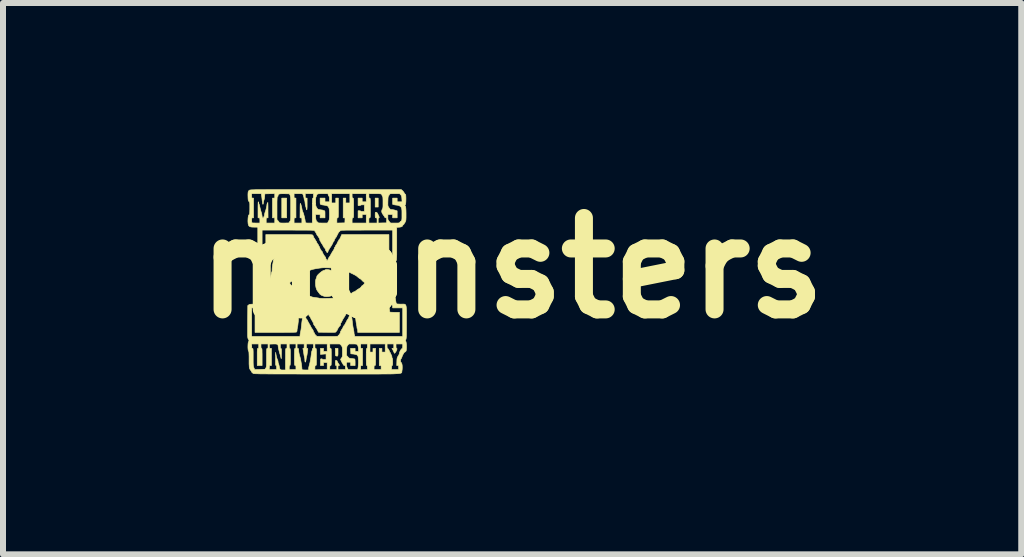
<source format=kicad_pcb>
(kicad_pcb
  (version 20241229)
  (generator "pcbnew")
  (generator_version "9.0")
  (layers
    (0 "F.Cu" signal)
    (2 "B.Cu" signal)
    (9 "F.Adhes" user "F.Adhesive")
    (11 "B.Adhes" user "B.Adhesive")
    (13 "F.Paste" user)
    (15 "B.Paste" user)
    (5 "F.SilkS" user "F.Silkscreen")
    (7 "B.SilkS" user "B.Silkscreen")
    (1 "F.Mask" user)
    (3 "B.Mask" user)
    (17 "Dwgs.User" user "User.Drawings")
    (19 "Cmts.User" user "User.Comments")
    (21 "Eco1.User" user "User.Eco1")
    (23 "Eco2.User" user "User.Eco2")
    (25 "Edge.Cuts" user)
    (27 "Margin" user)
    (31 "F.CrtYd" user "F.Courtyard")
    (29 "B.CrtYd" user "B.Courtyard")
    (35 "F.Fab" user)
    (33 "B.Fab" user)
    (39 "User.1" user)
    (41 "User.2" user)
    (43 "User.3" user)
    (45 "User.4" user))
  (footprint "monsters"
    (layer "F.Cu")
    (at 5.486 1.418)
    (property "Reference" "monsters" (at 0 0 0) (layer "F.SilkS") (effects (font (size 1.524 1.524) (thickness 0.3))))
    (attr through_hole)
    (fp_poly (pts (xy -3.758 -0.837) (xy -3.839 -0.837) (xy -3.839 -1.166) (xy -3.758 -1.166) (xy -3.758 -0.837)) (stroke (width 0.01) (type solid)) (fill yes) (layer "F.SilkS"))
    (fp_poly (pts (xy -2.232 -1.017) (xy -2.282 -1.017) (xy -2.282 -1.166) (xy -2.232 -1.166) (xy -2.232 -1.017)) (stroke (width 0.01) (type solid)) (fill yes) (layer "F.SilkS"))
    (fp_poly (pts (xy -2.902 1.403) (xy -2.902 1.433) (xy -2.904 1.453) (xy -2.907 1.464) (xy -2.914 1.468) (xy -2.925 1.467) (xy -2.935 1.465) (xy -2.94 1.462) (xy -2.943 1.456) (xy -2.945 1.443) (xy -2.945 1.421) (xy -2.946 1.401) (xy -2.946 1.339) (xy -2.902 1.339) (xy -2.902 1.403)) (stroke (width 0.01) (type solid)) (fill yes) (layer "F.SilkS"))
    (fp_poly (pts (xy -3.067 0.027) (xy -3.045 0.031) (xy -3.025 0.037) (xy -3.011 0.045) (xy -3.008 0.048) (xy -3 0.054) (xy -2.989 0.059) (xy -2.977 0.065) (xy -2.963 0.077) (xy -2.948 0.091) (xy -2.937 0.104) (xy -2.933 0.113) (xy -2.928 0.117) (xy -2.924 0.118) (xy -2.917 0.123) (xy -2.911 0.137) (xy -2.911 0.138) (xy -2.905 0.159) (xy -2.899 0.177) (xy -2.886 0.215) (xy -2.882 0.251) (xy -2.887 0.29) (xy -2.887 0.291) (xy -2.897 0.329) (xy -2.908 0.36) (xy -2.921 0.383) (xy -2.933 0.395) (xy -2.943 0.404) (xy -2.946 0.409) (xy -2.951 0.42) (xy -2.964 0.433) (xy -2.982 0.448) (xy -3 0.458) (xy -3.025 0.467) (xy -3.056 0.473) (xy -3.088 0.476) (xy -3.117 0.474) (xy -3.119 0.474) (xy -3.138 0.469) (xy -3.158 0.462) (xy -3.175 0.455) (xy -3.186 0.449) (xy -3.187 0.446) (xy -3.192 0.441) (xy -3.197 0.44) (xy -3.205 0.435) (xy -3.206 0.431) (xy -3.211 0.42) (xy -3.215 0.418) (xy -3.224 0.411) (xy -3.225 0.408) (xy -3.229 0.399) (xy -3.237 0.391) (xy -3.246 0.38) (xy -3.256 0.361) (xy -3.262 0.347) (xy -3.27 0.32) (xy -3.275 0.287) (xy -3.277 0.252) (xy -3.276 0.218) (xy -3.272 0.191) (xy -3.266 0.175) (xy -3.259 0.159) (xy -3.256 0.145) (xy -3.256 0.144) (xy -3.251 0.131) (xy -3.238 0.114) (xy -3.219 0.095) (xy -3.197 0.076) (xy -3.174 0.058) (xy -3.153 0.045) (xy -3.136 0.038) (xy -3.132 0.037) (xy -3.12 0.034) (xy -3.116 0.031) (xy -3.107 0.026) (xy -3.089 0.025) (xy -3.067 0.027)) (stroke (width 0.01) (type solid)) (fill yes) (layer "F.SilkS"))
    (fp_poly (pts (xy -3.634 -0.558) (xy -3.566 -0.558) (xy -3.508 -0.558) (xy -3.46 -0.558) (xy -3.421 -0.557) (xy -3.39 -0.557) (xy -3.366 -0.556) (xy -3.348 -0.555) (xy -3.336 -0.554) (xy -3.329 -0.552) (xy -3.325 -0.551) (xy -3.324 -0.549) (xy -3.32 -0.541) (xy -3.318 -0.54) (xy -3.313 -0.534) (xy -3.311 -0.524) (xy -3.308 -0.511) (xy -3.303 -0.505) (xy -3.295 -0.497) (xy -3.29 -0.486) (xy -3.285 -0.475) (xy -3.28 -0.471) (xy -3.275 -0.466) (xy -3.274 -0.463) (xy -3.27 -0.452) (xy -3.265 -0.446) (xy -3.257 -0.434) (xy -3.256 -0.427) (xy -3.251 -0.416) (xy -3.241 -0.402) (xy -3.24 -0.401) (xy -3.23 -0.388) (xy -3.225 -0.377) (xy -3.225 -0.376) (xy -3.22 -0.365) (xy -3.216 -0.36) (xy -3.209 -0.349) (xy -3.204 -0.333) (xy -3.203 -0.332) (xy -3.199 -0.317) (xy -3.194 -0.31) (xy -3.193 -0.31) (xy -3.188 -0.305) (xy -3.187 -0.301) (xy -3.183 -0.291) (xy -3.175 -0.284) (xy -3.165 -0.274) (xy -3.163 -0.267) (xy -3.159 -0.256) (xy -3.151 -0.239) (xy -3.14 -0.22) (xy -3.127 -0.201) (xy -3.118 -0.19) (xy -3.109 -0.177) (xy -3.107 -0.167) (xy -3.103 -0.154) (xy -3.097 -0.147) (xy -3.09 -0.134) (xy -3.088 -0.127) (xy -3.087 -0.121) (xy -3.081 -0.126) (xy -3.076 -0.132) (xy -3.067 -0.146) (xy -3.063 -0.156) (xy -3.063 -0.156) (xy -3.059 -0.167) (xy -3.051 -0.178) (xy -3.042 -0.19) (xy -3.03 -0.209) (xy -3.018 -0.231) (xy -3.017 -0.234) (xy -3.003 -0.257) (xy -2.99 -0.279) (xy -2.979 -0.295) (xy -2.979 -0.296) (xy -2.969 -0.311) (xy -2.964 -0.325) (xy -2.964 -0.327) (xy -2.96 -0.342) (xy -2.955 -0.347) (xy -2.947 -0.358) (xy -2.946 -0.363) (xy -2.942 -0.373) (xy -2.933 -0.386) (xy -2.93 -0.389) (xy -2.919 -0.406) (xy -2.912 -0.422) (xy -2.911 -0.423) (xy -2.905 -0.438) (xy -2.898 -0.447) (xy -2.891 -0.458) (xy -2.89 -0.463) (xy -2.887 -0.471) (xy -2.885 -0.471) (xy -2.879 -0.476) (xy -2.87 -0.49) (xy -2.858 -0.515) (xy -2.85 -0.535) (xy -2.84 -0.558) (xy -2.053 -0.558) (xy -2.053 -0.223) (xy -2.209 -0.223) (xy -2.205 -0.2) (xy -2.201 -0.183) (xy -2.196 -0.172) (xy -2.195 -0.171) (xy -2.191 -0.161) (xy -2.188 -0.144) (xy -2.187 -0.14) (xy -2.184 -0.118) (xy -2.179 -0.092) (xy -2.177 -0.084) (xy -2.174 -0.058) (xy -2.171 -0.03) (xy -2.171 -0.017) (xy -2.17 0.002) (xy -2.167 0.017) (xy -2.165 0.021) (xy -2.162 0.029) (xy -2.158 0.045) (xy -2.156 0.06) (xy -2.152 0.083) (xy -2.146 0.105) (xy -2.143 0.114) (xy -2.137 0.131) (xy -2.132 0.153) (xy -2.128 0.181) (xy -2.125 0.219) (xy -2.123 0.245) (xy -2.121 0.274) (xy -2.115 0.31) (xy -2.109 0.349) (xy -2.102 0.378) (xy -2.094 0.417) (xy -2.085 0.462) (xy -2.078 0.504) (xy -2.074 0.53) (xy -2.07 0.56) (xy -2.065 0.587) (xy -2.061 0.607) (xy -2.058 0.617) (xy -2.056 0.628) (xy -2.052 0.647) (xy -2.048 0.671) (xy -2.044 0.695) (xy -2.041 0.717) (xy -2.04 0.731) (xy -2.04 0.732) (xy -2.034 0.734) (xy -2.018 0.736) (xy -1.994 0.737) (xy -1.964 0.738) (xy -1.96 0.738) (xy -1.879 0.738) (xy -1.879 1.073) (xy -2.573 1.073) (xy -2.573 1.045) (xy -2.575 1.028) (xy -2.578 1.016) (xy -2.58 1.014) (xy -2.584 1.006) (xy -2.586 0.991) (xy -2.587 0.976) (xy -2.591 0.953) (xy -2.595 0.931) (xy -2.599 0.91) (xy -2.603 0.88) (xy -2.607 0.844) (xy -2.61 0.807) (xy -2.611 0.794) (xy -2.613 0.758) (xy -2.617 0.725) (xy -2.62 0.698) (xy -2.623 0.678) (xy -2.624 0.673) (xy -2.628 0.652) (xy -2.633 0.627) (xy -2.636 0.611) (xy -2.64 0.589) (xy -2.644 0.57) (xy -2.646 0.562) (xy -2.649 0.554) (xy -2.653 0.556) (xy -2.658 0.565) (xy -2.664 0.579) (xy -2.666 0.589) (xy -2.671 0.599) (xy -2.681 0.612) (xy -2.685 0.616) (xy -2.697 0.63) (xy -2.703 0.643) (xy -2.704 0.645) (xy -2.706 0.655) (xy -2.71 0.657) (xy -2.715 0.663) (xy -2.719 0.676) (xy -2.72 0.679) (xy -2.724 0.693) (xy -2.728 0.701) (xy -2.729 0.701) (xy -2.733 0.706) (xy -2.738 0.717) (xy -2.744 0.732) (xy -2.75 0.741) (xy -2.757 0.749) (xy -2.767 0.765) (xy -2.778 0.784) (xy -2.789 0.804) (xy -2.798 0.818) (xy -2.802 0.825) (xy -2.802 0.825) (xy -2.808 0.833) (xy -2.817 0.848) (xy -2.827 0.866) (xy -2.836 0.884) (xy -2.841 0.895) (xy -2.847 0.907) (xy -2.853 0.912) (xy -2.857 0.917) (xy -2.859 0.93) (xy -2.859 0.933) (xy -2.861 0.949) (xy -2.866 0.959) (xy -2.866 0.959) (xy -2.876 0.968) (xy -2.888 0.984) (xy -2.9 1.002) (xy -2.909 1.018) (xy -2.914 1.03) (xy -2.915 1.032) (xy -2.919 1.043) (xy -2.923 1.046) (xy -2.932 1.056) (xy -2.935 1.062) (xy -2.937 1.066) (xy -2.942 1.068) (xy -2.95 1.07) (xy -2.963 1.071) (xy -2.984 1.072) (xy -3.012 1.072) (xy -3.051 1.072) (xy -3.083 1.071) (xy -3.227 1.07) (xy -3.246 1.034) (xy -3.257 1.014) (xy -3.267 0.999) (xy -3.273 0.991) (xy -3.28 0.982) (xy -3.28 0.978) (xy -3.284 0.971) (xy -3.294 0.959) (xy -3.296 0.956) (xy -3.307 0.94) (xy -3.311 0.923) (xy -3.311 0.922) (xy -3.313 0.91) (xy -3.318 0.905) (xy -3.323 0.9) (xy -3.324 0.897) (xy -3.327 0.886) (xy -3.336 0.873) (xy -3.336 0.872) (xy -3.348 0.854) (xy -3.356 0.836) (xy -3.366 0.816) (xy -3.378 0.8) (xy -3.388 0.787) (xy -3.392 0.777) (xy -3.392 0.776) (xy -3.396 0.766) (xy -3.404 0.752) (xy -3.404 0.752) (xy -3.413 0.739) (xy -3.417 0.729) (xy -3.417 0.728) (xy -3.422 0.72) (xy -3.426 0.717) (xy -3.434 0.709) (xy -3.435 0.701) (xy -3.438 0.691) (xy -3.441 0.688) (xy -3.446 0.683) (xy -3.45 0.67) (xy -3.451 0.667) (xy -3.455 0.652) (xy -3.46 0.645) (xy -3.461 0.645) (xy -3.466 0.64) (xy -3.466 0.635) (xy -3.471 0.625) (xy -3.481 0.612) (xy -3.481 0.611) (xy -3.494 0.595) (xy -3.503 0.575) (xy -3.504 0.573) (xy -3.512 0.549) (xy -3.52 0.58) (xy -3.526 0.604) (xy -3.531 0.632) (xy -3.534 0.651) (xy -3.539 0.681) (xy -3.545 0.713) (xy -3.549 0.732) (xy -3.553 0.754) (xy -3.556 0.784) (xy -3.56 0.819) (xy -3.562 0.855) (xy -3.562 0.857) (xy -3.564 0.892) (xy -3.568 0.926) (xy -3.571 0.955) (xy -3.575 0.975) (xy -3.575 0.977) (xy -3.58 1.001) (xy -3.584 1.024) (xy -3.584 1.035) (xy -3.586 1.052) (xy -3.591 1.064) (xy -3.592 1.065) (xy -3.597 1.067) (xy -3.608 1.069) (xy -3.627 1.07) (xy -3.653 1.071) (xy -3.689 1.071) (xy -3.733 1.072) (xy -3.788 1.072) (xy -3.854 1.073) (xy -3.931 1.073) (xy -3.942 1.073) (xy -4.285 1.073) (xy -4.285 0.738) (xy -4.124 0.738) (xy -4.124 0.718) (xy -4.122 0.7) (xy -4.118 0.676) (xy -4.115 0.663) (xy -4.11 0.64) (xy -4.104 0.607) (xy -4.097 0.568) (xy -4.09 0.526) (xy -4.084 0.484) (xy -4.081 0.468) (xy -4.076 0.444) (xy -4.07 0.417) (xy -4.068 0.409) (xy -4.061 0.379) (xy -4.055 0.342) (xy -4.05 0.305) (xy -4.049 0.291) (xy -4.046 0.252) (xy -3.706 0.252) (xy -3.7 0.268) (xy -3.686 0.283) (xy -3.676 0.29) (xy -3.664 0.299) (xy -3.659 0.306) (xy -3.659 0.306) (xy -3.654 0.315) (xy -3.642 0.326) (xy -3.628 0.335) (xy -3.62 0.338) (xy -3.606 0.346) (xy -3.596 0.354) (xy -3.584 0.363) (xy -3.575 0.366) (xy -3.567 0.369) (xy -3.566 0.372) (xy -3.56 0.378) (xy -3.547 0.387) (xy -3.536 0.392) (xy -3.518 0.401) (xy -3.505 0.409) (xy -3.502 0.413) (xy -3.494 0.421) (xy -3.49 0.422) (xy -3.48 0.425) (xy -3.473 0.43) (xy -3.463 0.436) (xy -3.444 0.444) (xy -3.421 0.452) (xy -3.411 0.456) (xy -3.384 0.465) (xy -3.36 0.473) (xy -3.343 0.479) (xy -3.339 0.481) (xy -3.324 0.485) (xy -3.301 0.489) (xy -3.275 0.493) (xy -3.275 0.493) (xy -3.251 0.496) (xy -3.23 0.499) (xy -3.217 0.502) (xy -3.216 0.503) (xy -3.204 0.505) (xy -3.181 0.506) (xy -3.151 0.507) (xy -3.115 0.507) (xy -3.074 0.506) (xy -3.033 0.505) (xy -2.992 0.503) (xy -2.953 0.5) (xy -2.92 0.498) (xy -2.893 0.494) (xy -2.891 0.494) (xy -2.863 0.489) (xy -2.84 0.484) (xy -2.823 0.48) (xy -2.817 0.478) (xy -2.805 0.473) (xy -2.786 0.466) (xy -2.772 0.462) (xy -2.741 0.451) (xy -2.71 0.438) (xy -2.684 0.425) (xy -2.665 0.413) (xy -2.659 0.408) (xy -2.647 0.4) (xy -2.637 0.397) (xy -2.624 0.393) (xy -2.613 0.386) (xy -2.597 0.373) (xy -2.571 0.355) (xy -2.536 0.334) (xy -2.534 0.332) (xy -2.521 0.321) (xy -2.513 0.31) (xy -2.513 0.309) (xy -2.508 0.3) (xy -2.504 0.298) (xy -2.495 0.293) (xy -2.482 0.282) (xy -2.469 0.269) (xy -2.461 0.256) (xy -2.46 0.253) (xy -2.461 0.242) (xy -2.473 0.231) (xy -2.474 0.231) (xy -2.49 0.218) (xy -2.503 0.204) (xy -2.517 0.189) (xy -2.532 0.179) (xy -2.548 0.17) (xy -2.565 0.156) (xy -2.57 0.152) (xy -2.584 0.14) (xy -2.598 0.129) (xy -2.615 0.119) (xy -2.64 0.106) (xy -2.652 0.1) (xy -2.671 0.091) (xy -2.687 0.083) (xy -2.691 0.081) (xy -2.711 0.071) (xy -2.725 0.065) (xy -2.737 0.061) (xy -2.745 0.059) (xy -2.761 0.054) (xy -2.772 0.046) (xy -2.784 0.039) (xy -2.793 0.037) (xy -2.807 0.034) (xy -2.814 0.03) (xy -2.826 0.024) (xy -2.848 0.018) (xy -2.879 0.012) (xy -2.917 0.007) (xy -2.959 0.002) (xy -3.005 -0.002) (xy -3.05 -0.004) (xy -3.093 -0.005) (xy -3.127 -0.006) (xy -3.157 -0.005) (xy -3.185 -0.002) (xy -3.217 0.002) (xy -3.245 0.006) (xy -3.278 0.012) (xy -3.307 0.018) (xy -3.33 0.023) (xy -3.345 0.028) (xy -3.347 0.029) (xy -3.363 0.035) (xy -3.373 0.037) (xy -3.385 0.041) (xy -3.39 0.046) (xy -3.397 0.053) (xy -3.413 0.058) (xy -3.42 0.059) (xy -3.437 0.063) (xy -3.447 0.067) (xy -3.448 0.069) (xy -3.453 0.074) (xy -3.456 0.075) (xy -3.464 0.077) (xy -3.481 0.085) (xy -3.504 0.095) (xy -3.528 0.108) (xy -3.553 0.12) (xy -3.574 0.132) (xy -3.576 0.134) (xy -3.59 0.144) (xy -3.596 0.152) (xy -3.597 0.154) (xy -3.602 0.161) (xy -3.615 0.17) (xy -3.625 0.174) (xy -3.642 0.184) (xy -3.654 0.193) (xy -3.657 0.197) (xy -3.664 0.21) (xy -3.676 0.222) (xy -3.686 0.229) (xy -3.689 0.229) (xy -3.697 0.234) (xy -3.702 0.239) (xy -3.706 0.252) (xy -4.046 0.252) (xy -4.045 0.244) (xy -4.041 0.208) (xy -4.037 0.182) (xy -4.033 0.168) (xy -4.031 0.164) (xy -4.028 0.156) (xy -4.023 0.138) (xy -4.019 0.116) (xy -4.018 0.113) (xy -4.014 0.091) (xy -4.009 0.073) (xy -4.005 0.065) (xy -4.005 0.064) (xy -4.002 0.057) (xy -4 0.041) (xy -4 0.02) (xy -3.998 -0.009) (xy -3.994 -0.041) (xy -3.991 -0.059) (xy -3.986 -0.083) (xy -3.982 -0.107) (xy -3.981 -0.119) (xy -3.98 -0.134) (xy -3.976 -0.142) (xy -3.975 -0.143) (xy -3.972 -0.144) (xy -3.969 -0.151) (xy -3.965 -0.165) (xy -3.961 -0.188) (xy -3.959 -0.2) (xy -3.955 -0.223) (xy -4.105 -0.223) (xy -4.105 -0.558) (xy -3.715 -0.558) (xy -3.634 -0.558)) (stroke (width 0.01) (type solid)) (fill yes) (layer "F.SilkS"))
    (fp_poly (pts (xy -1.826 -1.289) (xy -1.812 -1.274) (xy -1.803 -1.261) (xy -1.801 -1.257) (xy -1.793 -1.243) (xy -1.784 -1.233) (xy -1.778 -1.228) (xy -1.774 -1.221) (xy -1.772 -1.21) (xy -1.771 -1.192) (xy -1.77 -1.166) (xy -1.77 -1.145) (xy -1.771 -1.107) (xy -1.773 -1.08) (xy -1.776 -1.065) (xy -1.778 -1.059) (xy -1.785 -1.047) (xy -1.786 -1.041) (xy -1.782 -1.031) (xy -1.778 -1.028) (xy -1.775 -1.023) (xy -1.773 -1.011) (xy -1.771 -0.989) (xy -1.769 -0.957) (xy -1.768 -0.915) (xy -1.768 -0.873) (xy -1.768 -0.842) (xy -1.769 -0.818) (xy -1.77 -0.801) (xy -1.773 -0.787) (xy -1.777 -0.778) (xy -1.784 -0.762) (xy -1.79 -0.752) (xy -1.793 -0.75) (xy -1.798 -0.745) (xy -1.798 -0.741) (xy -1.803 -0.731) (xy -1.811 -0.724) (xy -1.82 -0.716) (xy -1.823 -0.71) (xy -1.829 -0.698) (xy -1.845 -0.688) (xy -1.87 -0.682) (xy -1.885 -0.681) (xy -1.923 -0.679) (xy -1.923 -0.417) (xy -1.923 -0.343) (xy -1.923 -0.28) (xy -1.923 -0.229) (xy -1.924 -0.189) (xy -1.926 -0.159) (xy -1.927 -0.14) (xy -1.929 -0.131) (xy -1.94 -0.109) (xy -1.959 -0.095) (xy -1.986 -0.088) (xy -2.006 -0.087) (xy -2.027 -0.086) (xy -2.039 -0.082) (xy -2.045 -0.072) (xy -2.044 -0.054) (xy -2.041 -0.033) (xy -2.036 -0.005) (xy -2.03 0.026) (xy -2.028 0.04) (xy -2.023 0.066) (xy -2.018 0.093) (xy -2.015 0.105) (xy -2.011 0.125) (xy -2.008 0.152) (xy -2.005 0.181) (xy -2.005 0.185) (xy -2.002 0.209) (xy -2 0.228) (xy -1.997 0.238) (xy -1.996 0.239) (xy -1.992 0.247) (xy -1.991 0.262) (xy -1.991 0.265) (xy -1.989 0.284) (xy -1.985 0.307) (xy -1.982 0.318) (xy -1.977 0.338) (xy -1.973 0.366) (xy -1.968 0.398) (xy -1.965 0.42) (xy -1.962 0.448) (xy -1.959 0.47) (xy -1.955 0.485) (xy -1.953 0.49) (xy -1.949 0.495) (xy -1.946 0.509) (xy -1.945 0.513) (xy -1.94 0.545) (xy -1.936 0.567) (xy -1.933 0.581) (xy -1.929 0.59) (xy -1.927 0.594) (xy -1.918 0.598) (xy -1.899 0.6) (xy -1.868 0.601) (xy -1.855 0.602) (xy -1.833 0.601) (xy -1.815 0.601) (xy -1.8 0.601) (xy -1.789 0.604) (xy -1.779 0.61) (xy -1.772 0.62) (xy -1.767 0.635) (xy -1.764 0.656) (xy -1.762 0.684) (xy -1.761 0.72) (xy -1.761 0.766) (xy -1.761 0.821) (xy -1.761 0.888) (xy -1.761 0.9) (xy -1.761 0.967) (xy -1.761 1.023) (xy -1.762 1.069) (xy -1.762 1.106) (xy -1.763 1.134) (xy -1.764 1.156) (xy -1.766 1.172) (xy -1.767 1.182) (xy -1.77 1.189) (xy -1.77 1.19) (xy -1.776 1.204) (xy -1.774 1.216) (xy -1.77 1.224) (xy -1.766 1.239) (xy -1.763 1.262) (xy -1.761 1.29) (xy -1.761 1.319) (xy -1.762 1.347) (xy -1.764 1.37) (xy -1.768 1.384) (xy -1.768 1.384) (xy -1.779 1.395) (xy -1.789 1.402) (xy -1.801 1.409) (xy -1.805 1.417) (xy -1.809 1.428) (xy -1.812 1.431) (xy -1.818 1.439) (xy -1.826 1.455) (xy -1.832 1.471) (xy -1.84 1.492) (xy -1.847 1.507) (xy -1.852 1.514) (xy -1.858 1.525) (xy -1.86 1.541) (xy -1.859 1.558) (xy -1.855 1.57) (xy -1.851 1.573) (xy -1.843 1.582) (xy -1.836 1.601) (xy -1.832 1.626) (xy -1.831 1.656) (xy -1.832 1.686) (xy -1.836 1.715) (xy -1.836 1.716) (xy -1.837 1.722) (xy -1.838 1.728) (xy -1.838 1.733) (xy -1.839 1.738) (xy -1.84 1.742) (xy -1.843 1.746) (xy -1.848 1.749) (xy -1.855 1.752) (xy -1.865 1.755) (xy -1.879 1.757) (xy -1.896 1.759) (xy -1.918 1.761) (xy -1.945 1.762) (xy -1.977 1.764) (xy -2.015 1.765) (xy -2.06 1.765) (xy -2.112 1.766) (xy -2.171 1.766) (xy -2.238 1.767) (xy -2.313 1.767) (xy -2.397 1.767) (xy -2.491 1.767) (xy -2.595 1.767) (xy -2.709 1.767) (xy -2.835 1.767) (xy -2.972 1.767) (xy -3.092 1.767) (xy -3.238 1.767) (xy -3.371 1.767) (xy -3.494 1.767) (xy -3.605 1.766) (xy -3.706 1.766) (xy -3.797 1.766) (xy -3.879 1.766) (xy -3.952 1.766) (xy -4.017 1.765) (xy -4.073 1.765) (xy -4.122 1.764) (xy -4.164 1.764) (xy -4.2 1.764) (xy -4.23 1.763) (xy -4.255 1.762) (xy -4.274 1.762) (xy -4.289 1.761) (xy -4.301 1.76) (xy -4.309 1.759) (xy -4.313 1.758) (xy -4.315 1.757) (xy -4.335 1.742) (xy -4.344 1.727) (xy -4.352 1.712) (xy -4.359 1.703) (xy -4.359 1.702) (xy -4.366 1.694) (xy -4.373 1.68) (xy -4.375 1.676) (xy -4.378 1.665) (xy -4.381 1.65) (xy -4.382 1.628) (xy -4.384 1.599) (xy -4.384 1.559) (xy -4.384 1.522) (xy -4.384 1.477) (xy -4.385 1.443) (xy -4.386 1.418) (xy -4.387 1.401) (xy -4.389 1.391) (xy -4.392 1.384) (xy -4.394 1.383) (xy -4.398 1.373) (xy -4.401 1.354) (xy -4.403 1.329) (xy -4.403 1.301) (xy -4.402 1.274) (xy -4.401 1.265) (xy -4.341 1.265) (xy -4.341 1.302) (xy -4.34 1.323) (xy -4.338 1.334) (xy -4.334 1.339) (xy -4.328 1.339) (xy -4.325 1.34) (xy -4.322 1.342) (xy -4.319 1.348) (xy -4.318 1.358) (xy -4.317 1.375) (xy -4.316 1.399) (xy -4.316 1.432) (xy -4.316 1.476) (xy -4.316 1.487) (xy -4.316 1.535) (xy -4.316 1.571) (xy -4.315 1.599) (xy -4.314 1.62) (xy -4.312 1.635) (xy -4.309 1.647) (xy -4.306 1.658) (xy -4.303 1.664) (xy -4.29 1.693) (xy -4.274 1.693) (xy -4.049 1.693) (xy -3.925 1.693) (xy -3.925 1.659) (xy -3.926 1.638) (xy -3.929 1.628) (xy -3.935 1.625) (xy -3.938 1.623) (xy -3.94 1.617) (xy -3.942 1.606) (xy -3.943 1.587) (xy -3.943 1.559) (xy -3.943 1.521) (xy -3.943 1.515) (xy -3.942 1.405) (xy -3.932 1.459) (xy -3.926 1.485) (xy -3.919 1.509) (xy -3.912 1.525) (xy -3.911 1.528) (xy -3.903 1.546) (xy -3.901 1.564) (xy -3.899 1.58) (xy -3.895 1.591) (xy -3.895 1.591) (xy -3.891 1.6) (xy -3.886 1.617) (xy -3.883 1.631) (xy -3.877 1.66) (xy -3.872 1.68) (xy -3.864 1.691) (xy -3.853 1.697) (xy -3.837 1.699) (xy -3.82 1.699) (xy -3.777 1.699) (xy -3.777 1.519) (xy -3.776 1.467) (xy -3.776 1.427) (xy -3.776 1.396) (xy -3.775 1.373) (xy -3.774 1.357) (xy -3.773 1.348) (xy -3.771 1.342) (xy -3.768 1.34) (xy -3.765 1.339) (xy -3.764 1.339) (xy -3.757 1.338) (xy -3.753 1.332) (xy -3.752 1.319) (xy -3.752 1.302) (xy -3.752 1.265) (xy -3.715 1.265) (xy -3.715 1.302) (xy -3.714 1.324) (xy -3.711 1.335) (xy -3.706 1.339) (xy -3.705 1.339) (xy -3.702 1.341) (xy -3.7 1.346) (xy -3.698 1.357) (xy -3.697 1.374) (xy -3.696 1.399) (xy -3.696 1.434) (xy -3.696 1.48) (xy -3.696 1.482) (xy -3.696 1.528) (xy -3.696 1.564) (xy -3.697 1.589) (xy -3.698 1.607) (xy -3.7 1.618) (xy -3.702 1.623) (xy -3.705 1.625) (xy -3.705 1.625) (xy -3.711 1.628) (xy -3.714 1.639) (xy -3.715 1.659) (xy -3.715 1.693) (xy -3.603 1.693) (xy -3.603 1.659) (xy -3.603 1.639) (xy -3.606 1.629) (xy -3.611 1.625) (xy -3.615 1.625) (xy -3.619 1.624) (xy -3.622 1.622) (xy -3.624 1.616) (xy -3.626 1.606) (xy -3.627 1.589) (xy -3.627 1.564) (xy -3.628 1.53) (xy -3.628 1.485) (xy -3.628 1.482) (xy -3.628 1.436) (xy -3.627 1.402) (xy -3.627 1.377) (xy -3.626 1.359) (xy -3.625 1.348) (xy -3.622 1.342) (xy -3.619 1.34) (xy -3.616 1.339) (xy -3.615 1.339) (xy -3.608 1.338) (xy -3.605 1.332) (xy -3.603 1.319) (xy -3.603 1.302) (xy -3.603 1.265) (xy -3.584 1.265) (xy -3.584 1.302) (xy -3.584 1.323) (xy -3.582 1.334) (xy -3.577 1.339) (xy -3.572 1.339) (xy -3.563 1.342) (xy -3.56 1.352) (xy -3.559 1.36) (xy -3.558 1.381) (xy -3.554 1.408) (xy -3.549 1.433) (xy -3.544 1.454) (xy -3.542 1.46) (xy -3.537 1.476) (xy -3.531 1.5) (xy -3.524 1.531) (xy -3.518 1.565) (xy -3.512 1.599) (xy -3.508 1.63) (xy -3.505 1.656) (xy -3.504 1.669) (xy -3.503 1.684) (xy -3.5 1.694) (xy -3.5 1.695) (xy -3.492 1.697) (xy -3.475 1.698) (xy -3.452 1.699) (xy -3.444 1.699) (xy -3.392 1.699) (xy -3.392 1.696) (xy -3.287 1.696) (xy -3.184 1.694) (xy -3.082 1.692) (xy -3.082 1.575) (xy -3.144 1.575) (xy -3.144 1.625) (xy -3.194 1.625) (xy -3.194 1.569) (xy -3.193 1.542) (xy -3.193 1.526) (xy -3.191 1.517) (xy -3.186 1.514) (xy -3.179 1.513) (xy -3.178 1.513) (xy -3.166 1.515) (xy -3.163 1.519) (xy -3.157 1.523) (xy -3.143 1.525) (xy -3.132 1.525) (xy -3.101 1.525) (xy -3.101 1.431) (xy -3.147 1.435) (xy -3.194 1.439) (xy -3.194 1.339) (xy -3.144 1.339) (xy -3.144 1.389) (xy -3.082 1.389) (xy -3.082 1.265) (xy -3.039 1.265) (xy -3.039 1.302) (xy -3.038 1.323) (xy -3.036 1.334) (xy -3.032 1.339) (xy -3.026 1.339) (xy -3.022 1.34) (xy -3.019 1.342) (xy -3.017 1.348) (xy -3.015 1.358) (xy -3.015 1.375) (xy -3.014 1.4) (xy -3.014 1.434) (xy -3.014 1.479) (xy -3.014 1.482) (xy -3.014 1.528) (xy -3.014 1.562) (xy -3.015 1.588) (xy -3.015 1.605) (xy -3.017 1.616) (xy -3.019 1.622) (xy -3.022 1.624) (xy -3.026 1.625) (xy -3.026 1.625) (xy -3.033 1.626) (xy -3.037 1.633) (xy -3.038 1.647) (xy -3.039 1.659) (xy -3.039 1.693) (xy -2.921 1.693) (xy -2.921 1.659) (xy -2.921 1.639) (xy -2.924 1.629) (xy -2.929 1.625) (xy -2.933 1.625) (xy -2.94 1.624) (xy -2.943 1.618) (xy -2.945 1.606) (xy -2.946 1.585) (xy -2.946 1.581) (xy -2.945 1.558) (xy -2.944 1.545) (xy -2.941 1.54) (xy -2.935 1.539) (xy -2.932 1.539) (xy -2.919 1.546) (xy -2.915 1.553) (xy -2.911 1.566) (xy -2.901 1.583) (xy -2.895 1.592) (xy -2.883 1.609) (xy -2.879 1.619) (xy -2.88 1.624) (xy -2.888 1.625) (xy -2.89 1.625) (xy -2.897 1.626) (xy -2.901 1.633) (xy -2.902 1.647) (xy -2.902 1.659) (xy -2.902 1.693) (xy -2.778 1.693) (xy -2.778 1.659) (xy -2.779 1.639) (xy -2.781 1.629) (xy -2.786 1.625) (xy -2.794 1.625) (xy -2.806 1.621) (xy -2.815 1.61) (xy -2.818 1.603) (xy -2.827 1.586) (xy -2.836 1.572) (xy -2.837 1.571) (xy -2.845 1.558) (xy -2.846 1.55) (xy -2.849 1.54) (xy -2.853 1.538) (xy -2.858 1.533) (xy -2.858 1.522) (xy -2.851 1.508) (xy -2.843 1.498) (xy -2.837 1.491) (xy -2.833 1.483) (xy -2.83 1.472) (xy -2.828 1.456) (xy -2.828 1.455) (xy -2.76 1.455) (xy -2.738 1.48) (xy -2.726 1.493) (xy -2.715 1.501) (xy -2.701 1.506) (xy -2.681 1.508) (xy -2.672 1.509) (xy -2.649 1.512) (xy -2.632 1.514) (xy -2.623 1.517) (xy -2.622 1.517) (xy -2.62 1.524) (xy -2.618 1.541) (xy -2.617 1.563) (xy -2.617 1.572) (xy -2.617 1.625) (xy -2.691 1.625) (xy -2.691 1.569) (xy -2.76 1.569) (xy -2.76 1.606) (xy -2.757 1.636) (xy -2.75 1.66) (xy -2.746 1.668) (xy -2.732 1.693) (xy -2.653 1.693) (xy -2.575 1.693) (xy -2.568 1.665) (xy -2.565 1.645) (xy -2.563 1.616) (xy -2.561 1.583) (xy -2.561 1.548) (xy -2.563 1.516) (xy -2.565 1.489) (xy -2.567 1.475) (xy -2.575 1.459) (xy -2.588 1.447) (xy -2.609 1.44) (xy -2.639 1.434) (xy -2.651 1.433) (xy -2.688 1.429) (xy -2.69 1.384) (xy -2.692 1.339) (xy -2.617 1.339) (xy -2.617 1.389) (xy -2.561 1.389) (xy -2.561 1.352) (xy -2.565 1.314) (xy -2.575 1.285) (xy -2.584 1.273) (xy -2.594 1.269) (xy -2.616 1.266) (xy -2.65 1.265) (xy -2.655 1.265) (xy -2.72 1.265) (xy -2.738 1.285) (xy -2.746 1.294) (xy -2.751 1.303) (xy -2.754 1.314) (xy -2.756 1.329) (xy -2.758 1.353) (xy -2.758 1.38) (xy -2.76 1.455) (xy -2.828 1.455) (xy -2.828 1.432) (xy -2.828 1.402) (xy -2.828 1.366) (xy -2.829 1.341) (xy -2.831 1.323) (xy -2.835 1.31) (xy -2.839 1.303) (xy -2.847 1.29) (xy -2.853 1.284) (xy -2.854 1.284) (xy -2.858 1.279) (xy -2.859 1.274) (xy -2.86 1.271) (xy -2.867 1.268) (xy -2.879 1.266) (xy -2.9 1.265) (xy -2.931 1.265) (xy -2.949 1.265) (xy -3.039 1.265) (xy -3.082 1.265) (xy -3.287 1.265) (xy -3.287 1.302) (xy -3.286 1.323) (xy -3.284 1.334) (xy -3.28 1.339) (xy -3.274 1.339) (xy -3.27 1.34) (xy -3.267 1.342) (xy -3.265 1.348) (xy -3.264 1.358) (xy -3.263 1.375) (xy -3.262 1.4) (xy -3.262 1.434) (xy -3.262 1.479) (xy -3.262 1.482) (xy -3.262 1.528) (xy -3.262 1.562) (xy -3.263 1.588) (xy -3.263 1.605) (xy -3.265 1.616) (xy -3.267 1.622) (xy -3.27 1.624) (xy -3.274 1.625) (xy -3.274 1.625) (xy -3.281 1.626) (xy -3.285 1.632) (xy -3.286 1.646) (xy -3.287 1.66) (xy -3.287 1.696) (xy -2.524 1.696) (xy -2.468 1.694) (xy -2.412 1.692) (xy -2.412 1.658) (xy -2.413 1.638) (xy -2.416 1.628) (xy -2.422 1.625) (xy -2.425 1.623) (xy -2.427 1.618) (xy -2.429 1.607) (xy -2.43 1.59) (xy -2.43 1.565) (xy -2.431 1.53) (xy -2.431 1.485) (xy -2.431 1.482) (xy -2.431 1.436) (xy -2.43 1.401) (xy -2.43 1.375) (xy -2.429 1.357) (xy -2.427 1.347) (xy -2.425 1.341) (xy -2.422 1.339) (xy -2.422 1.339) (xy -2.416 1.337) (xy -2.413 1.326) (xy -2.412 1.307) (xy -2.412 1.302) (xy -2.412 1.265) (xy -2.369 1.265) (xy -2.369 1.401) (xy -2.319 1.401) (xy -2.319 1.339) (xy -2.276 1.339) (xy -2.276 1.482) (xy -2.276 1.528) (xy -2.276 1.562) (xy -2.277 1.588) (xy -2.277 1.605) (xy -2.279 1.616) (xy -2.281 1.622) (xy -2.284 1.624) (xy -2.288 1.625) (xy -2.288 1.625) (xy -2.295 1.626) (xy -2.299 1.633) (xy -2.301 1.647) (xy -2.301 1.659) (xy -2.301 1.693) (xy -2.183 1.693) (xy -2.183 1.659) (xy -2.183 1.639) (xy -2.185 1.629) (xy -2.191 1.625) (xy -2.198 1.625) (xy -2.214 1.625) (xy -2.214 1.339) (xy -2.17 1.339) (xy -2.17 1.401) (xy -2.115 1.401) (xy -2.115 1.265) (xy -2.084 1.265) (xy -2.084 1.302) (xy -2.083 1.324) (xy -2.08 1.336) (xy -2.075 1.339) (xy -2.068 1.345) (xy -2.059 1.357) (xy -2.05 1.374) (xy -2.043 1.39) (xy -2.04 1.401) (xy -2.036 1.407) (xy -2.034 1.408) (xy -2.028 1.413) (xy -2.028 1.416) (xy -2.025 1.426) (xy -2.018 1.441) (xy -2.015 1.446) (xy -2.007 1.465) (xy -2.003 1.482) (xy -2.003 1.485) (xy -2.001 1.498) (xy -1.997 1.504) (xy -1.994 1.511) (xy -1.992 1.528) (xy -1.991 1.552) (xy -1.991 1.566) (xy -1.991 1.594) (xy -1.992 1.612) (xy -1.995 1.621) (xy -1.999 1.625) (xy -2 1.625) (xy -2.005 1.628) (xy -2.008 1.639) (xy -2.009 1.659) (xy -2.009 1.693) (xy -1.891 1.693) (xy -1.891 1.659) (xy -1.892 1.639) (xy -1.894 1.629) (xy -1.899 1.625) (xy -1.907 1.625) (xy -1.923 1.625) (xy -1.921 1.561) (xy -1.92 1.532) (xy -1.918 1.511) (xy -1.914 1.496) (xy -1.909 1.483) (xy -1.9 1.468) (xy -1.899 1.467) (xy -1.888 1.448) (xy -1.881 1.432) (xy -1.879 1.424) (xy -1.876 1.406) (xy -1.867 1.385) (xy -1.856 1.365) (xy -1.844 1.349) (xy -1.833 1.34) (xy -1.83 1.339) (xy -1.826 1.334) (xy -1.824 1.318) (xy -1.823 1.302) (xy -1.823 1.265) (xy -1.935 1.265) (xy -1.935 1.302) (xy -1.934 1.324) (xy -1.932 1.335) (xy -1.927 1.339) (xy -1.925 1.339) (xy -1.919 1.342) (xy -1.919 1.353) (xy -1.92 1.356) (xy -1.926 1.372) (xy -1.934 1.389) (xy -1.944 1.404) (xy -1.953 1.416) (xy -1.96 1.421) (xy -1.962 1.419) (xy -1.988 1.364) (xy -1.991 1.36) (xy -2.003 1.339) (xy -1.987 1.339) (xy -1.979 1.339) (xy -1.974 1.334) (xy -1.972 1.323) (xy -1.972 1.303) (xy -1.972 1.302) (xy -1.972 1.265) (xy -2.084 1.265) (xy -2.115 1.265) (xy -2.369 1.265) (xy -2.412 1.265) (xy -2.524 1.265) (xy -2.524 1.302) (xy -2.524 1.323) (xy -2.522 1.334) (xy -2.517 1.339) (xy -2.509 1.339) (xy -2.493 1.339) (xy -2.493 1.625) (xy -2.508 1.625) (xy -2.517 1.626) (xy -2.522 1.63) (xy -2.524 1.641) (xy -2.524 1.66) (xy -2.524 1.696) (xy -3.287 1.696) (xy -3.392 1.696) (xy -3.392 1.679) (xy -3.39 1.658) (xy -3.386 1.641) (xy -3.376 1.604) (xy -3.368 1.57) (xy -3.361 1.533) (xy -3.354 1.491) (xy -3.348 1.445) (xy -3.345 1.419) (xy -3.341 1.397) (xy -3.337 1.383) (xy -3.336 1.38) (xy -3.331 1.37) (xy -3.33 1.357) (xy -3.327 1.343) (xy -3.321 1.339) (xy -3.315 1.337) (xy -3.312 1.326) (xy -3.311 1.307) (xy -3.311 1.302) (xy -3.311 1.265) (xy -3.429 1.265) (xy -3.429 1.302) (xy -3.429 1.323) (xy -3.427 1.334) (xy -3.422 1.339) (xy -3.416 1.339) (xy -3.407 1.341) (xy -3.405 1.35) (xy -3.406 1.357) (xy -3.409 1.372) (xy -3.412 1.394) (xy -3.414 1.414) (xy -3.417 1.437) (xy -3.42 1.456) (xy -3.424 1.467) (xy -3.427 1.479) (xy -3.431 1.499) (xy -3.434 1.522) (xy -3.438 1.547) (xy -3.443 1.563) (xy -3.447 1.568) (xy -3.451 1.563) (xy -3.454 1.547) (xy -3.454 1.535) (xy -3.455 1.514) (xy -3.458 1.497) (xy -3.46 1.49) (xy -3.463 1.479) (xy -3.467 1.459) (xy -3.471 1.434) (xy -3.473 1.42) (xy -3.477 1.393) (xy -3.481 1.37) (xy -3.484 1.355) (xy -3.486 1.35) (xy -3.488 1.342) (xy -3.48 1.339) (xy -3.479 1.339) (xy -3.472 1.338) (xy -3.468 1.332) (xy -3.467 1.319) (xy -3.466 1.302) (xy -3.466 1.265) (xy -3.584 1.265) (xy -3.603 1.265) (xy -3.715 1.265) (xy -3.752 1.265) (xy -3.863 1.265) (xy -3.863 1.302) (xy -3.863 1.324) (xy -3.86 1.335) (xy -3.855 1.339) (xy -3.854 1.339) (xy -3.85 1.341) (xy -3.848 1.347) (xy -3.846 1.36) (xy -3.845 1.38) (xy -3.845 1.41) (xy -3.845 1.431) (xy -3.846 1.462) (xy -3.846 1.487) (xy -3.847 1.503) (xy -3.848 1.511) (xy -3.849 1.51) (xy -3.854 1.49) (xy -3.861 1.463) (xy -3.869 1.434) (xy -3.873 1.423) (xy -3.88 1.398) (xy -3.887 1.37) (xy -3.894 1.341) (xy -3.898 1.315) (xy -3.9 1.298) (xy -3.901 1.295) (xy -3.902 1.282) (xy -3.908 1.274) (xy -3.92 1.269) (xy -3.94 1.266) (xy -3.969 1.266) (xy -3.982 1.266) (xy -4.046 1.268) (xy -4.046 1.296) (xy -4.046 1.319) (xy -4.043 1.332) (xy -4.037 1.338) (xy -4.027 1.339) (xy -4.012 1.339) (xy -4.012 1.625) (xy -4.028 1.625) (xy -4.04 1.626) (xy -4.044 1.629) (xy -4.045 1.638) (xy -4.046 1.654) (xy -4.047 1.663) (xy -4.049 1.693) (xy -4.274 1.693) (xy -4.206 1.692) (xy -4.121 1.69) (xy -4.107 1.669) (xy -4.103 1.662) (xy -4.099 1.655) (xy -4.097 1.646) (xy -4.095 1.633) (xy -4.094 1.615) (xy -4.093 1.591) (xy -4.093 1.557) (xy -4.093 1.514) (xy -4.093 1.494) (xy -4.093 1.446) (xy -4.093 1.409) (xy -4.092 1.382) (xy -4.091 1.363) (xy -4.09 1.351) (xy -4.088 1.344) (xy -4.085 1.34) (xy -4.082 1.339) (xy -4.08 1.339) (xy -4.073 1.338) (xy -4.07 1.332) (xy -4.068 1.319) (xy -4.068 1.302) (xy -4.068 1.265) (xy -4.186 1.265) (xy -4.186 1.302) (xy -4.185 1.324) (xy -4.183 1.335) (xy -4.178 1.339) (xy -4.176 1.339) (xy -4.173 1.341) (xy -4.171 1.346) (xy -4.169 1.357) (xy -4.168 1.374) (xy -4.168 1.399) (xy -4.167 1.434) (xy -4.167 1.48) (xy -4.167 1.625) (xy -4.248 1.625) (xy -4.248 1.482) (xy -4.248 1.436) (xy -4.248 1.402) (xy -4.247 1.377) (xy -4.246 1.359) (xy -4.245 1.348) (xy -4.243 1.342) (xy -4.24 1.34) (xy -4.236 1.339) (xy -4.235 1.339) (xy -4.228 1.338) (xy -4.225 1.332) (xy -4.223 1.319) (xy -4.223 1.302) (xy -4.223 1.265) (xy -4.341 1.265) (xy -4.401 1.265) (xy -4.4 1.251) (xy -4.396 1.234) (xy -4.394 1.231) (xy -4.386 1.216) (xy -4.387 1.202) (xy -4.397 1.184) (xy -4.4 1.18) (xy -4.402 1.174) (xy -4.404 1.167) (xy -4.406 1.157) (xy -4.407 1.143) (xy -4.408 1.123) (xy -4.408 1.097) (xy -4.408 1.063) (xy -4.408 1.021) (xy -4.408 0.968) (xy -4.408 0.905) (xy -4.408 0.896) (xy -4.406 0.664) (xy -4.341 0.664) (xy -4.341 1.141) (xy -3.535 1.141) (xy -3.535 1.122) (xy -3.533 1.105) (xy -3.529 1.082) (xy -3.526 1.067) (xy -3.522 1.047) (xy -3.517 1.018) (xy -3.513 0.985) (xy -3.51 0.961) (xy -3.504 0.901) (xy -3.497 0.852) (xy -3.491 0.813) (xy -3.485 0.784) (xy -3.482 0.773) (xy -3.474 0.747) (xy -3.469 0.766) (xy -3.463 0.782) (xy -3.456 0.793) (xy -3.449 0.806) (xy -3.448 0.813) (xy -3.445 0.823) (xy -3.442 0.825) (xy -3.437 0.83) (xy -3.435 0.837) (xy -3.433 0.847) (xy -3.429 0.85) (xy -3.423 0.855) (xy -3.414 0.868) (xy -3.41 0.876) (xy -3.399 0.899) (xy -3.385 0.923) (xy -3.383 0.927) (xy -3.37 0.949) (xy -3.357 0.973) (xy -3.354 0.98) (xy -3.345 0.997) (xy -3.338 1.009) (xy -3.335 1.011) (xy -3.327 1.021) (xy -3.318 1.037) (xy -3.312 1.053) (xy -3.311 1.06) (xy -3.307 1.072) (xy -3.302 1.075) (xy -3.294 1.083) (xy -3.293 1.091) (xy -3.29 1.101) (xy -3.287 1.104) (xy -3.281 1.109) (xy -3.28 1.113) (xy -3.275 1.121) (xy -3.271 1.122) (xy -3.263 1.127) (xy -3.262 1.132) (xy -3.26 1.134) (xy -3.256 1.137) (xy -3.246 1.138) (xy -3.23 1.139) (xy -3.207 1.14) (xy -3.175 1.141) (xy -3.134 1.141) (xy -3.082 1.141) (xy -3.029 1.141) (xy -2.988 1.141) (xy -2.956 1.14) (xy -2.933 1.139) (xy -2.918 1.138) (xy -2.908 1.137) (xy -2.903 1.134) (xy -2.902 1.132) (xy -2.898 1.123) (xy -2.894 1.122) (xy -2.887 1.117) (xy -2.877 1.104) (xy -2.867 1.088) (xy -2.861 1.071) (xy -2.859 1.061) (xy -2.856 1.05) (xy -2.853 1.048) (xy -2.847 1.043) (xy -2.846 1.039) (xy -2.842 1.028) (xy -2.837 1.021) (xy -2.829 1.01) (xy -2.82 0.993) (xy -2.818 0.987) (xy -2.811 0.971) (xy -2.804 0.962) (xy -2.802 0.961) (xy -2.797 0.956) (xy -2.789 0.943) (xy -2.784 0.934) (xy -2.776 0.917) (xy -2.768 0.905) (xy -2.766 0.902) (xy -2.76 0.893) (xy -2.76 0.889) (xy -2.756 0.879) (xy -2.747 0.864) (xy -2.742 0.857) (xy -2.729 0.838) (xy -2.721 0.819) (xy -2.719 0.814) (xy -2.715 0.8) (xy -2.71 0.794) (xy -2.709 0.794) (xy -2.704 0.789) (xy -2.704 0.783) (xy -2.7 0.771) (xy -2.693 0.759) (xy -2.686 0.751) (xy -2.684 0.75) (xy -2.682 0.756) (xy -2.679 0.772) (xy -2.675 0.799) (xy -2.67 0.838) (xy -2.664 0.889) (xy -2.66 0.924) (xy -2.656 0.956) (xy -2.651 0.987) (xy -2.646 1.013) (xy -2.644 1.023) (xy -2.639 1.046) (xy -2.636 1.066) (xy -2.635 1.075) (xy -2.634 1.093) (xy -2.629 1.114) (xy -2.628 1.117) (xy -2.621 1.141) (xy -1.823 1.141) (xy -1.823 0.664) (xy -1.991 0.664) (xy -1.991 0.645) (xy -1.992 0.631) (xy -1.997 0.623) (xy -2 0.615) (xy -2.002 0.599) (xy -2.003 0.581) (xy -2.005 0.554) (xy -2.007 0.526) (xy -2.01 0.512) (xy -2.014 0.489) (xy -2.018 0.461) (xy -2.022 0.434) (xy -2.026 0.411) (xy -2.03 0.394) (xy -2.033 0.385) (xy -2.034 0.384) (xy -2.036 0.377) (xy -2.04 0.361) (xy -2.043 0.337) (xy -2.046 0.314) (xy -2.049 0.285) (xy -2.053 0.26) (xy -2.056 0.243) (xy -2.058 0.236) (xy -2.061 0.226) (xy -2.065 0.207) (xy -2.07 0.181) (xy -2.074 0.155) (xy -2.08 0.118) (xy -2.087 0.076) (xy -2.096 0.033) (xy -2.102 0.006) (xy -2.111 -0.034) (xy -2.117 -0.072) (xy -2.12 -0.103) (xy -2.121 -0.113) (xy -2.121 -0.155) (xy -1.991 -0.155) (xy -1.991 -0.633) (xy -2.428 -0.633) (xy -2.513 -0.632) (xy -2.587 -0.632) (xy -2.65 -0.632) (xy -2.703 -0.632) (xy -2.747 -0.632) (xy -2.782 -0.631) (xy -2.81 -0.63) (xy -2.831 -0.63) (xy -2.847 -0.629) (xy -2.857 -0.627) (xy -2.863 -0.626) (xy -2.865 -0.624) (xy -2.865 -0.624) (xy -2.87 -0.614) (xy -2.876 -0.611) (xy -2.884 -0.604) (xy -2.895 -0.589) (xy -2.905 -0.57) (xy -2.919 -0.543) (xy -2.927 -0.525) (xy -2.933 -0.515) (xy -2.937 -0.51) (xy -2.94 -0.509) (xy -2.941 -0.508) (xy -2.945 -0.504) (xy -2.946 -0.5) (xy -2.95 -0.489) (xy -2.955 -0.484) (xy -2.962 -0.472) (xy -2.964 -0.462) (xy -2.968 -0.449) (xy -2.973 -0.444) (xy -2.982 -0.436) (xy -2.983 -0.432) (xy -2.986 -0.422) (xy -2.994 -0.405) (xy -3.006 -0.384) (xy -3.019 -0.362) (xy -3.032 -0.343) (xy -3.038 -0.334) (xy -3.047 -0.321) (xy -3.051 -0.311) (xy -3.051 -0.311) (xy -3.055 -0.304) (xy -3.056 -0.304) (xy -3.061 -0.298) (xy -3.065 -0.285) (xy -3.066 -0.283) (xy -3.071 -0.268) (xy -3.078 -0.259) (xy -3.084 -0.257) (xy -3.088 -0.263) (xy -3.088 -0.266) (xy -3.093 -0.278) (xy -3.097 -0.281) (xy -3.106 -0.289) (xy -3.107 -0.293) (xy -3.109 -0.305) (xy -3.115 -0.319) (xy -3.122 -0.331) (xy -3.127 -0.335) (xy -3.132 -0.34) (xy -3.14 -0.353) (xy -3.15 -0.371) (xy -3.161 -0.391) (xy -3.171 -0.407) (xy -3.178 -0.415) (xy -3.186 -0.427) (xy -3.187 -0.435) (xy -3.192 -0.447) (xy -3.197 -0.45) (xy -3.204 -0.459) (xy -3.206 -0.472) (xy -3.209 -0.487) (xy -3.214 -0.497) (xy -3.222 -0.509) (xy -3.23 -0.522) (xy -3.238 -0.534) (xy -3.243 -0.539) (xy -3.243 -0.54) (xy -3.248 -0.545) (xy -3.255 -0.558) (xy -3.262 -0.572) (xy -3.272 -0.591) (xy -3.28 -0.605) (xy -3.285 -0.61) (xy -3.292 -0.62) (xy -3.293 -0.624) (xy -3.294 -0.625) (xy -3.299 -0.627) (xy -3.307 -0.628) (xy -3.32 -0.629) (xy -3.339 -0.63) (xy -3.364 -0.631) (xy -3.396 -0.631) (xy -3.436 -0.632) (xy -3.485 -0.632) (xy -3.544 -0.632) (xy -3.613 -0.632) (xy -3.693 -0.633) (xy -3.73 -0.633) (xy -4.167 -0.633) (xy -4.167 -0.155) (xy -4.046 -0.155) (xy -4.048 -0.104) (xy -4.05 -0.067) (xy -4.056 -0.026) (xy -4.063 0.015) (xy -4.071 0.05) (xy -4.075 0.065) (xy -4.079 0.081) (xy -4.084 0.104) (xy -4.087 0.127) (xy -4.093 0.174) (xy -4.099 0.215) (xy -4.105 0.25) (xy -4.111 0.275) (xy -4.112 0.279) (xy -4.116 0.295) (xy -4.121 0.319) (xy -4.126 0.347) (xy -4.127 0.357) (xy -4.135 0.405) (xy -4.141 0.443) (xy -4.146 0.472) (xy -4.15 0.493) (xy -4.154 0.508) (xy -4.155 0.513) (xy -4.159 0.528) (xy -4.162 0.552) (xy -4.165 0.579) (xy -4.165 0.587) (xy -4.167 0.617) (xy -4.17 0.638) (xy -4.175 0.651) (xy -4.185 0.659) (xy -4.202 0.663) (xy -4.227 0.664) (xy -4.26 0.664) (xy -4.341 0.664) (xy -4.406 0.664) (xy -4.406 0.626) (xy -4.39 0.614) (xy -4.381 0.608) (xy -4.37 0.605) (xy -4.353 0.603) (xy -4.327 0.602) (xy -4.308 0.602) (xy -4.241 0.602) (xy -4.232 0.58) (xy -4.226 0.56) (xy -4.223 0.542) (xy -4.223 0.541) (xy -4.221 0.526) (xy -4.217 0.517) (xy -4.214 0.509) (xy -4.211 0.491) (xy -4.207 0.467) (xy -4.204 0.446) (xy -4.2 0.416) (xy -4.195 0.386) (xy -4.191 0.362) (xy -4.188 0.352) (xy -4.183 0.331) (xy -4.18 0.311) (xy -4.18 0.305) (xy -4.178 0.29) (xy -4.173 0.282) (xy -4.17 0.274) (xy -4.168 0.258) (xy -4.167 0.239) (xy -4.167 0.222) (xy -4.166 0.205) (xy -4.163 0.185) (xy -4.159 0.16) (xy -4.153 0.128) (xy -4.145 0.087) (xy -4.143 0.074) (xy -4.137 0.042) (xy -4.131 0.01) (xy -4.126 -0.021) (xy -4.123 -0.048) (xy -4.121 -0.069) (xy -4.121 -0.08) (xy -4.121 -0.081) (xy -4.129 -0.084) (xy -4.145 -0.086) (xy -4.163 -0.087) (xy -4.185 -0.088) (xy -4.2 -0.091) (xy -4.211 -0.098) (xy -4.22 -0.106) (xy -4.239 -0.125) (xy -4.239 -0.682) (xy -4.301 -0.682) (xy -4.337 -0.683) (xy -4.364 -0.688) (xy -4.382 -0.697) (xy -4.394 -0.714) (xy -4.4 -0.738) (xy -4.403 -0.772) (xy -4.403 -0.794) (xy -4.401 -0.833) (xy -4.397 -0.863) (xy -4.39 -0.883) (xy -4.381 -0.892) (xy -4.378 -0.893) (xy -4.376 -0.899) (xy -4.374 -0.916) (xy -4.373 -0.943) (xy -4.372 -0.979) (xy -4.372 -0.996) (xy -4.372 -1.034) (xy -4.372 -1.061) (xy -4.373 -1.08) (xy -4.375 -1.093) (xy -4.378 -1.101) (xy -4.382 -1.106) (xy -4.386 -1.11) (xy -4.392 -1.116) (xy -4.396 -1.125) (xy -4.399 -1.138) (xy -4.401 -1.159) (xy -4.402 -1.184) (xy -4.403 -1.222) (xy -4.402 -1.24) (xy -4.341 -1.24) (xy -4.341 -1.203) (xy -4.34 -1.182) (xy -4.339 -1.171) (xy -4.334 -1.167) (xy -4.326 -1.166) (xy -4.325 -1.166) (xy -4.31 -1.166) (xy -4.31 -0.837) (xy -4.325 -0.837) (xy -4.334 -0.836) (xy -4.338 -0.832) (xy -4.34 -0.822) (xy -4.341 -0.803) (xy -4.341 -0.798) (xy -4.34 -0.777) (xy -4.339 -0.761) (xy -4.337 -0.754) (xy -4.329 -0.753) (xy -4.312 -0.751) (xy -4.288 -0.751) (xy -4.268 -0.75) (xy -4.204 -0.75) (xy -4.204 -0.794) (xy -4.205 -0.816) (xy -4.206 -0.829) (xy -4.209 -0.835) (xy -4.216 -0.837) (xy -4.22 -0.837) (xy -4.235 -0.837) (xy -4.235 -0.975) (xy -4.235 -1.025) (xy -4.234 -1.063) (xy -4.233 -1.089) (xy -4.231 -1.102) (xy -4.229 -1.104) (xy -4.224 -1.09) (xy -4.223 -1.081) (xy -4.221 -1.069) (xy -4.218 -1.064) (xy -4.214 -1.057) (xy -4.209 -1.04) (xy -4.205 -1.019) (xy -4.205 -1.019) (xy -4.198 -0.989) (xy -4.19 -0.958) (xy -4.184 -0.939) (xy -4.176 -0.913) (xy -4.17 -0.884) (xy -4.168 -0.868) (xy -4.164 -0.847) (xy -4.159 -0.836) (xy -4.153 -0.832) (xy -4.144 -0.834) (xy -4.142 -0.843) (xy -4.14 -0.853) (xy -4.137 -0.856) (xy -4.133 -0.861) (xy -4.129 -0.876) (xy -4.127 -0.888) (xy -4.123 -0.911) (xy -4.117 -0.932) (xy -4.115 -0.939) (xy -4.108 -0.957) (xy -4.101 -0.982) (xy -4.094 -1.009) (xy -4.089 -1.034) (xy -4.087 -1.053) (xy -4.087 -1.056) (xy -4.084 -1.07) (xy -4.081 -1.076) (xy -4.075 -1.087) (xy -4.072 -1.095) (xy -4.071 -1.092) (xy -4.071 -1.079) (xy -4.07 -1.057) (xy -4.069 -1.027) (xy -4.069 -0.991) (xy -4.069 -0.972) (xy -4.068 -0.837) (xy -4.083 -0.837) (xy -4.092 -0.837) (xy -4.096 -0.833) (xy -4.098 -0.823) (xy -4.099 -0.805) (xy -4.099 -0.794) (xy -4.099 -0.75) (xy -3.956 -0.75) (xy -3.956 -0.837) (xy -3.994 -0.837) (xy -3.994 -0.999) (xy -3.919 -0.999) (xy -3.919 -0.807) (xy -3.901 -0.787) (xy -3.889 -0.772) (xy -3.883 -0.761) (xy -3.882 -0.758) (xy -3.879 -0.755) (xy -3.869 -0.753) (xy -3.85 -0.751) (xy -3.821 -0.75) (xy -3.798 -0.75) (xy -3.763 -0.751) (xy -3.739 -0.751) (xy -3.724 -0.753) (xy -3.716 -0.756) (xy -3.715 -0.759) (xy -3.711 -0.769) (xy -3.702 -0.781) (xy -3.699 -0.786) (xy -3.696 -0.791) (xy -3.694 -0.799) (xy -3.692 -0.811) (xy -3.691 -0.828) (xy -3.69 -0.851) (xy -3.69 -0.883) (xy -3.69 -0.923) (xy -3.69 -0.974) (xy -3.69 -0.995) (xy -3.69 -1.05) (xy -3.69 -1.095) (xy -3.69 -1.13) (xy -3.691 -1.156) (xy -3.692 -1.176) (xy -3.694 -1.191) (xy -3.696 -1.201) (xy -3.698 -1.209) (xy -3.701 -1.216) (xy -3.713 -1.237) (xy -3.795 -1.239) (xy -3.834 -1.239) (xy -3.862 -1.238) (xy -3.881 -1.234) (xy -3.893 -1.228) (xy -3.899 -1.219) (xy -3.901 -1.205) (xy -3.901 -1.205) (xy -3.904 -1.193) (xy -3.91 -1.191) (xy -3.912 -1.189) (xy -3.915 -1.185) (xy -3.916 -1.175) (xy -3.917 -1.16) (xy -3.918 -1.137) (xy -3.919 -1.106) (xy -3.919 -1.065) (xy -3.919 -1.014) (xy -3.919 -0.999) (xy -3.994 -0.999) (xy -3.994 -1.166) (xy -3.956 -1.166) (xy -3.956 -1.24) (xy -3.634 -1.24) (xy -3.634 -1.203) (xy -3.634 -1.182) (xy -3.632 -1.171) (xy -3.627 -1.167) (xy -3.619 -1.166) (xy -3.618 -1.166) (xy -3.603 -1.166) (xy -3.603 -0.837) (xy -3.618 -0.837) (xy -3.626 -0.837) (xy -3.631 -0.833) (xy -3.633 -0.823) (xy -3.634 -0.805) (xy -3.634 -0.794) (xy -3.634 -0.75) (xy -3.504 -0.75) (xy -3.504 -0.794) (xy -3.504 -0.816) (xy -3.505 -0.829) (xy -3.509 -0.835) (xy -3.515 -0.837) (xy -3.519 -0.837) (xy -3.535 -0.837) (xy -3.534 -0.963) (xy -3.534 -1.008) (xy -3.533 -1.042) (xy -3.532 -1.064) (xy -3.531 -1.076) (xy -3.528 -1.078) (xy -3.528 -1.077) (xy -3.522 -1.064) (xy -3.515 -1.041) (xy -3.508 -1.014) (xy -3.502 -0.984) (xy -3.501 -0.977) (xy -3.496 -0.956) (xy -3.489 -0.938) (xy -3.488 -0.936) (xy -3.481 -0.919) (xy -3.473 -0.894) (xy -3.465 -0.865) (xy -3.458 -0.835) (xy -3.452 -0.807) (xy -3.451 -0.8) (xy -3.448 -0.777) (xy -3.444 -0.762) (xy -3.437 -0.754) (xy -3.424 -0.751) (xy -3.403 -0.75) (xy -3.385 -0.75) (xy -3.33 -0.75) (xy -3.33 -0.958) (xy -3.33 -1.015) (xy -3.33 -1.061) (xy -3.329 -1.096) (xy -3.329 -1.11) (xy -3.274 -1.11) (xy -3.274 -1.077) (xy -3.273 -1.054) (xy -3.271 -1.038) (xy -3.267 -1.025) (xy -3.261 -1.014) (xy -3.26 -1.013) (xy -3.249 -0.994) (xy -3.238 -0.982) (xy -3.225 -0.976) (xy -3.206 -0.973) (xy -3.194 -0.971) (xy -3.172 -0.968) (xy -3.155 -0.965) (xy -3.148 -0.961) (xy -3.137 -0.956) (xy -3.13 -0.955) (xy -3.125 -0.954) (xy -3.122 -0.949) (xy -3.12 -0.937) (xy -3.119 -0.917) (xy -3.119 -0.896) (xy -3.119 -0.837) (xy -3.2 -0.837) (xy -3.2 -0.893) (xy -3.274 -0.893) (xy -3.274 -0.85) (xy -3.272 -0.82) (xy -3.266 -0.795) (xy -3.258 -0.778) (xy -3.247 -0.769) (xy -3.245 -0.769) (xy -3.238 -0.764) (xy -3.237 -0.76) (xy -3.235 -0.756) (xy -3.229 -0.753) (xy -3.215 -0.751) (xy -3.194 -0.751) (xy -3.162 -0.75) (xy -3.156 -0.75) (xy -3.076 -0.75) (xy -3.068 -0.767) (xy -3.06 -0.783) (xy -3.053 -0.793) (xy -3.049 -0.802) (xy -3.047 -0.822) (xy -3.045 -0.848) (xy -3.044 -0.879) (xy -3.044 -0.911) (xy -3.045 -0.942) (xy -3.047 -0.97) (xy -3.05 -0.991) (xy -3.053 -1.003) (xy -3.054 -1.005) (xy -3.062 -1.015) (xy -3.063 -1.021) (xy -3.069 -1.03) (xy -3.086 -1.038) (xy -3.11 -1.045) (xy -3.142 -1.05) (xy -3.143 -1.05) (xy -3.17 -1.054) (xy -3.186 -1.058) (xy -3.195 -1.065) (xy -3.199 -1.078) (xy -3.2 -1.099) (xy -3.2 -1.114) (xy -3.2 -1.166) (xy -3.119 -1.166) (xy -3.119 -1.104) (xy -3.045 -1.104) (xy -3.045 -1.147) (xy -3.046 -1.175) (xy -3.05 -1.193) (xy -3.053 -1.198) (xy -3.061 -1.21) (xy -3.066 -1.223) (xy -3.07 -1.24) (xy -3.008 -1.24) (xy -3.008 -1.085) (xy -2.939 -1.085) (xy -2.939 -1.166) (xy -2.896 -1.166) (xy -2.896 -1.001) (xy -2.896 -0.952) (xy -2.896 -0.914) (xy -2.897 -0.885) (xy -2.897 -0.865) (xy -2.898 -0.851) (xy -2.9 -0.843) (xy -2.903 -0.839) (xy -2.906 -0.837) (xy -2.908 -0.837) (xy -2.915 -0.836) (xy -2.919 -0.831) (xy -2.92 -0.819) (xy -2.921 -0.797) (xy -2.921 -0.794) (xy -2.921 -0.75) (xy -2.787 -0.753) (xy -2.786 -0.795) (xy -2.785 -0.817) (xy -2.786 -0.83) (xy -2.789 -0.836) (xy -2.795 -0.837) (xy -2.8 -0.837) (xy -2.815 -0.837) (xy -2.815 -1.166) (xy -2.772 -1.166) (xy -2.772 -1.085) (xy -2.704 -1.085) (xy -2.704 -1.24) (xy -2.667 -1.24) (xy -2.667 -1.203) (xy -2.666 -1.182) (xy -2.664 -1.171) (xy -2.66 -1.167) (xy -2.654 -1.166) (xy -2.65 -1.165) (xy -2.647 -1.163) (xy -2.645 -1.158) (xy -2.644 -1.148) (xy -2.643 -1.133) (xy -2.642 -1.11) (xy -2.642 -1.078) (xy -2.642 -1.037) (xy -2.642 -1.001) (xy -2.642 -0.952) (xy -2.642 -0.914) (xy -2.642 -0.885) (xy -2.643 -0.865) (xy -2.644 -0.851) (xy -2.646 -0.843) (xy -2.648 -0.839) (xy -2.651 -0.837) (xy -2.654 -0.837) (xy -2.661 -0.836) (xy -2.664 -0.831) (xy -2.666 -0.819) (xy -2.667 -0.797) (xy -2.667 -0.794) (xy -2.667 -0.75) (xy -2.431 -0.75) (xy -2.431 -0.893) (xy -2.499 -0.893) (xy -2.499 -0.837) (xy -2.567 -0.837) (xy -2.567 -0.955) (xy -2.546 -0.955) (xy -2.531 -0.953) (xy -2.524 -0.95) (xy -2.524 -0.949) (xy -2.518 -0.945) (xy -2.504 -0.943) (xy -2.493 -0.943) (xy -2.462 -0.943) (xy -2.462 -1.054) (xy -2.493 -1.054) (xy -2.511 -1.053) (xy -2.522 -1.05) (xy -2.524 -1.048) (xy -2.529 -1.044) (xy -2.543 -1.042) (xy -2.546 -1.042) (xy -2.567 -1.042) (xy -2.567 -1.166) (xy -2.499 -1.166) (xy -2.499 -1.104) (xy -2.431 -1.104) (xy -2.431 -1.24) (xy -2.387 -1.24) (xy -2.387 -1.203) (xy -2.387 -1.182) (xy -2.385 -1.171) (xy -2.381 -1.167) (xy -2.375 -1.166) (xy -2.371 -1.165) (xy -2.368 -1.163) (xy -2.366 -1.158) (xy -2.365 -1.148) (xy -2.364 -1.133) (xy -2.363 -1.11) (xy -2.363 -1.078) (xy -2.363 -1.037) (xy -2.363 -1.001) (xy -2.363 -0.952) (xy -2.363 -0.914) (xy -2.363 -0.885) (xy -2.364 -0.865) (xy -2.365 -0.851) (xy -2.367 -0.843) (xy -2.369 -0.839) (xy -2.372 -0.837) (xy -2.375 -0.837) (xy -2.382 -0.836) (xy -2.385 -0.831) (xy -2.387 -0.819) (xy -2.387 -0.797) (xy -2.387 -0.794) (xy -2.387 -0.75) (xy -2.251 -0.75) (xy -2.251 -0.794) (xy -2.251 -0.816) (xy -2.253 -0.829) (xy -2.256 -0.835) (xy -2.262 -0.837) (xy -2.267 -0.837) (xy -2.274 -0.838) (xy -2.279 -0.841) (xy -2.281 -0.85) (xy -2.282 -0.867) (xy -2.282 -0.884) (xy -2.282 -0.907) (xy -2.281 -0.921) (xy -2.278 -0.928) (xy -2.272 -0.93) (xy -2.267 -0.93) (xy -2.258 -0.928) (xy -2.25 -0.921) (xy -2.241 -0.907) (xy -2.233 -0.89) (xy -2.221 -0.865) (xy -2.216 -0.85) (xy -2.215 -0.841) (xy -2.219 -0.838) (xy -2.223 -0.837) (xy -2.228 -0.835) (xy -2.231 -0.825) (xy -2.232 -0.807) (xy -2.232 -0.794) (xy -2.232 -0.75) (xy -2.163 -0.752) (xy -2.093 -0.753) (xy -2.091 -0.795) (xy -2.09 -0.817) (xy -2.091 -0.83) (xy -2.094 -0.836) (xy -2.101 -0.837) (xy -2.105 -0.837) (xy -2.117 -0.84) (xy -2.121 -0.844) (xy -2.124 -0.853) (xy -2.134 -0.867) (xy -2.147 -0.885) (xy -2.147 -0.886) (xy -2.152 -0.893) (xy -2.071 -0.893) (xy -2.071 -0.848) (xy -2.071 -0.824) (xy -2.069 -0.808) (xy -2.063 -0.796) (xy -2.053 -0.782) (xy -2.049 -0.777) (xy -2.026 -0.75) (xy -1.95 -0.75) (xy -1.918 -0.75) (xy -1.897 -0.751) (xy -1.883 -0.753) (xy -1.876 -0.755) (xy -1.872 -0.759) (xy -1.871 -0.763) (xy -1.863 -0.775) (xy -1.855 -0.779) (xy -1.848 -0.782) (xy -1.843 -0.788) (xy -1.84 -0.799) (xy -1.837 -0.816) (xy -1.836 -0.841) (xy -1.836 -0.876) (xy -1.836 -0.898) (xy -1.836 -0.938) (xy -1.837 -0.967) (xy -1.84 -0.988) (xy -1.843 -1.002) (xy -1.845 -1.007) (xy -1.86 -1.026) (xy -1.883 -1.04) (xy -1.909 -1.047) (xy -1.917 -1.048) (xy -1.935 -1.05) (xy -1.957 -1.053) (xy -1.963 -1.055) (xy -1.991 -1.062) (xy -1.991 -1.166) (xy -1.916 -1.166) (xy -1.916 -1.104) (xy -1.834 -1.104) (xy -1.837 -1.154) (xy -1.839 -1.179) (xy -1.842 -1.197) (xy -1.847 -1.209) (xy -1.855 -1.219) (xy -1.857 -1.222) (xy -1.875 -1.24) (xy -1.957 -1.24) (xy -1.991 -1.24) (xy -2.014 -1.24) (xy -2.028 -1.238) (xy -2.037 -1.236) (xy -2.041 -1.232) (xy -2.043 -1.228) (xy -2.051 -1.213) (xy -2.058 -1.205) (xy -2.062 -1.198) (xy -2.065 -1.187) (xy -2.068 -1.17) (xy -2.069 -1.143) (xy -2.07 -1.115) (xy -2.071 -1.082) (xy -2.071 -1.059) (xy -2.07 -1.043) (xy -2.067 -1.031) (xy -2.063 -1.021) (xy -2.056 -1.01) (xy -2.055 -1.009) (xy -2.041 -0.99) (xy -2.031 -0.98) (xy -2.021 -0.975) (xy -2.006 -0.974) (xy -2.002 -0.974) (xy -1.983 -0.972) (xy -1.959 -0.967) (xy -1.948 -0.963) (xy -1.916 -0.953) (xy -1.916 -0.837) (xy -1.991 -0.837) (xy -1.991 -0.893) (xy -2.071 -0.893) (xy -2.152 -0.893) (xy -2.162 -0.907) (xy -2.17 -0.924) (xy -2.173 -0.94) (xy -2.174 -0.946) (xy -2.17 -0.969) (xy -2.163 -0.982) (xy -2.159 -0.988) (xy -2.156 -0.996) (xy -2.154 -1.009) (xy -2.152 -1.029) (xy -2.152 -1.058) (xy -2.152 -1.091) (xy -2.152 -1.13) (xy -2.153 -1.159) (xy -2.154 -1.178) (xy -2.157 -1.19) (xy -2.16 -1.198) (xy -2.161 -1.199) (xy -2.169 -1.21) (xy -2.17 -1.217) (xy -2.172 -1.225) (xy -2.177 -1.231) (xy -2.187 -1.235) (xy -2.203 -1.238) (xy -2.229 -1.24) (xy -2.264 -1.24) (xy -2.286 -1.24) (xy -2.387 -1.24) (xy -2.431 -1.24) (xy -2.667 -1.24) (xy -2.704 -1.24) (xy -3.008 -1.24) (xy -3.07 -1.24) (xy -3.151 -1.24) (xy -3.182 -1.24) (xy -3.21 -1.239) (xy -3.231 -1.237) (xy -3.242 -1.234) (xy -3.243 -1.234) (xy -3.253 -1.224) (xy -3.259 -1.209) (xy -3.263 -1.195) (xy -3.268 -1.187) (xy -3.271 -1.18) (xy -3.273 -1.163) (xy -3.274 -1.139) (xy -3.274 -1.11) (xy -3.329 -1.11) (xy -3.329 -1.123) (xy -3.328 -1.142) (xy -3.326 -1.155) (xy -3.325 -1.162) (xy -3.322 -1.165) (xy -3.321 -1.166) (xy -3.315 -1.169) (xy -3.312 -1.179) (xy -3.311 -1.199) (xy -3.311 -1.203) (xy -3.311 -1.24) (xy -3.448 -1.24) (xy -3.448 -1.203) (xy -3.448 -1.182) (xy -3.446 -1.171) (xy -3.441 -1.167) (xy -3.433 -1.166) (xy -3.432 -1.166) (xy -3.417 -1.166) (xy -3.417 -1.066) (xy -3.417 -1.027) (xy -3.418 -0.998) (xy -3.42 -0.979) (xy -3.422 -0.97) (xy -3.423 -0.97) (xy -3.428 -0.978) (xy -3.432 -0.994) (xy -3.432 -0.997) (xy -3.436 -1.015) (xy -3.441 -1.029) (xy -3.441 -1.03) (xy -3.444 -1.041) (xy -3.448 -1.06) (xy -3.451 -1.083) (xy -3.451 -1.087) (xy -3.454 -1.11) (xy -3.457 -1.126) (xy -3.46 -1.135) (xy -3.461 -1.135) (xy -3.465 -1.14) (xy -3.466 -1.151) (xy -3.47 -1.175) (xy -3.479 -1.208) (xy -3.486 -1.226) (xy -3.489 -1.232) (xy -3.493 -1.236) (xy -3.503 -1.239) (xy -3.518 -1.24) (xy -3.542 -1.24) (xy -3.562 -1.24) (xy -3.634 -1.24) (xy -3.956 -1.24) (xy -3.956 -1.241) (xy -4.039 -1.239) (xy -4.121 -1.237) (xy -4.125 -1.191) (xy -4.128 -1.167) (xy -4.132 -1.146) (xy -4.136 -1.134) (xy -4.136 -1.133) (xy -4.14 -1.122) (xy -4.144 -1.102) (xy -4.146 -1.087) (xy -4.149 -1.069) (xy -4.153 -1.062) (xy -4.156 -1.067) (xy -4.16 -1.085) (xy -4.164 -1.114) (xy -4.167 -1.136) (xy -4.17 -1.165) (xy -4.173 -1.191) (xy -4.176 -1.212) (xy -4.177 -1.217) (xy -4.181 -1.24) (xy -4.341 -1.24) (xy -4.402 -1.24) (xy -4.402 -1.25) (xy -4.399 -1.27) (xy -4.394 -1.283) (xy -4.385 -1.292) (xy -4.377 -1.298) (xy -4.375 -1.299) (xy -4.371 -1.3) (xy -4.365 -1.301) (xy -4.358 -1.302) (xy -4.348 -1.303) (xy -4.334 -1.304) (xy -4.317 -1.304) (xy -4.296 -1.305) (xy -4.27 -1.306) (xy -4.239 -1.306) (xy -4.202 -1.307) (xy -4.159 -1.307) (xy -4.11 -1.307) (xy -4.053 -1.308) (xy -3.988 -1.308) (xy -3.916 -1.308) (xy -3.834 -1.308) (xy -3.743 -1.308) (xy -3.643 -1.308) (xy -3.532 -1.308) (xy -3.41 -1.308) (xy -3.277 -1.308) (xy -3.132 -1.308) (xy -1.848 -1.308) (xy -1.826 -1.289)) (stroke (width 0.01) (type solid)) (fill yes) (layer "F.SilkS")))
  (gr_rect
    (start -3 -3)
    (end 13.973 6.19)
    (stroke (width 0.1) (type default))
    (fill no)
    (layer "Edge.Cuts")))
</source>
